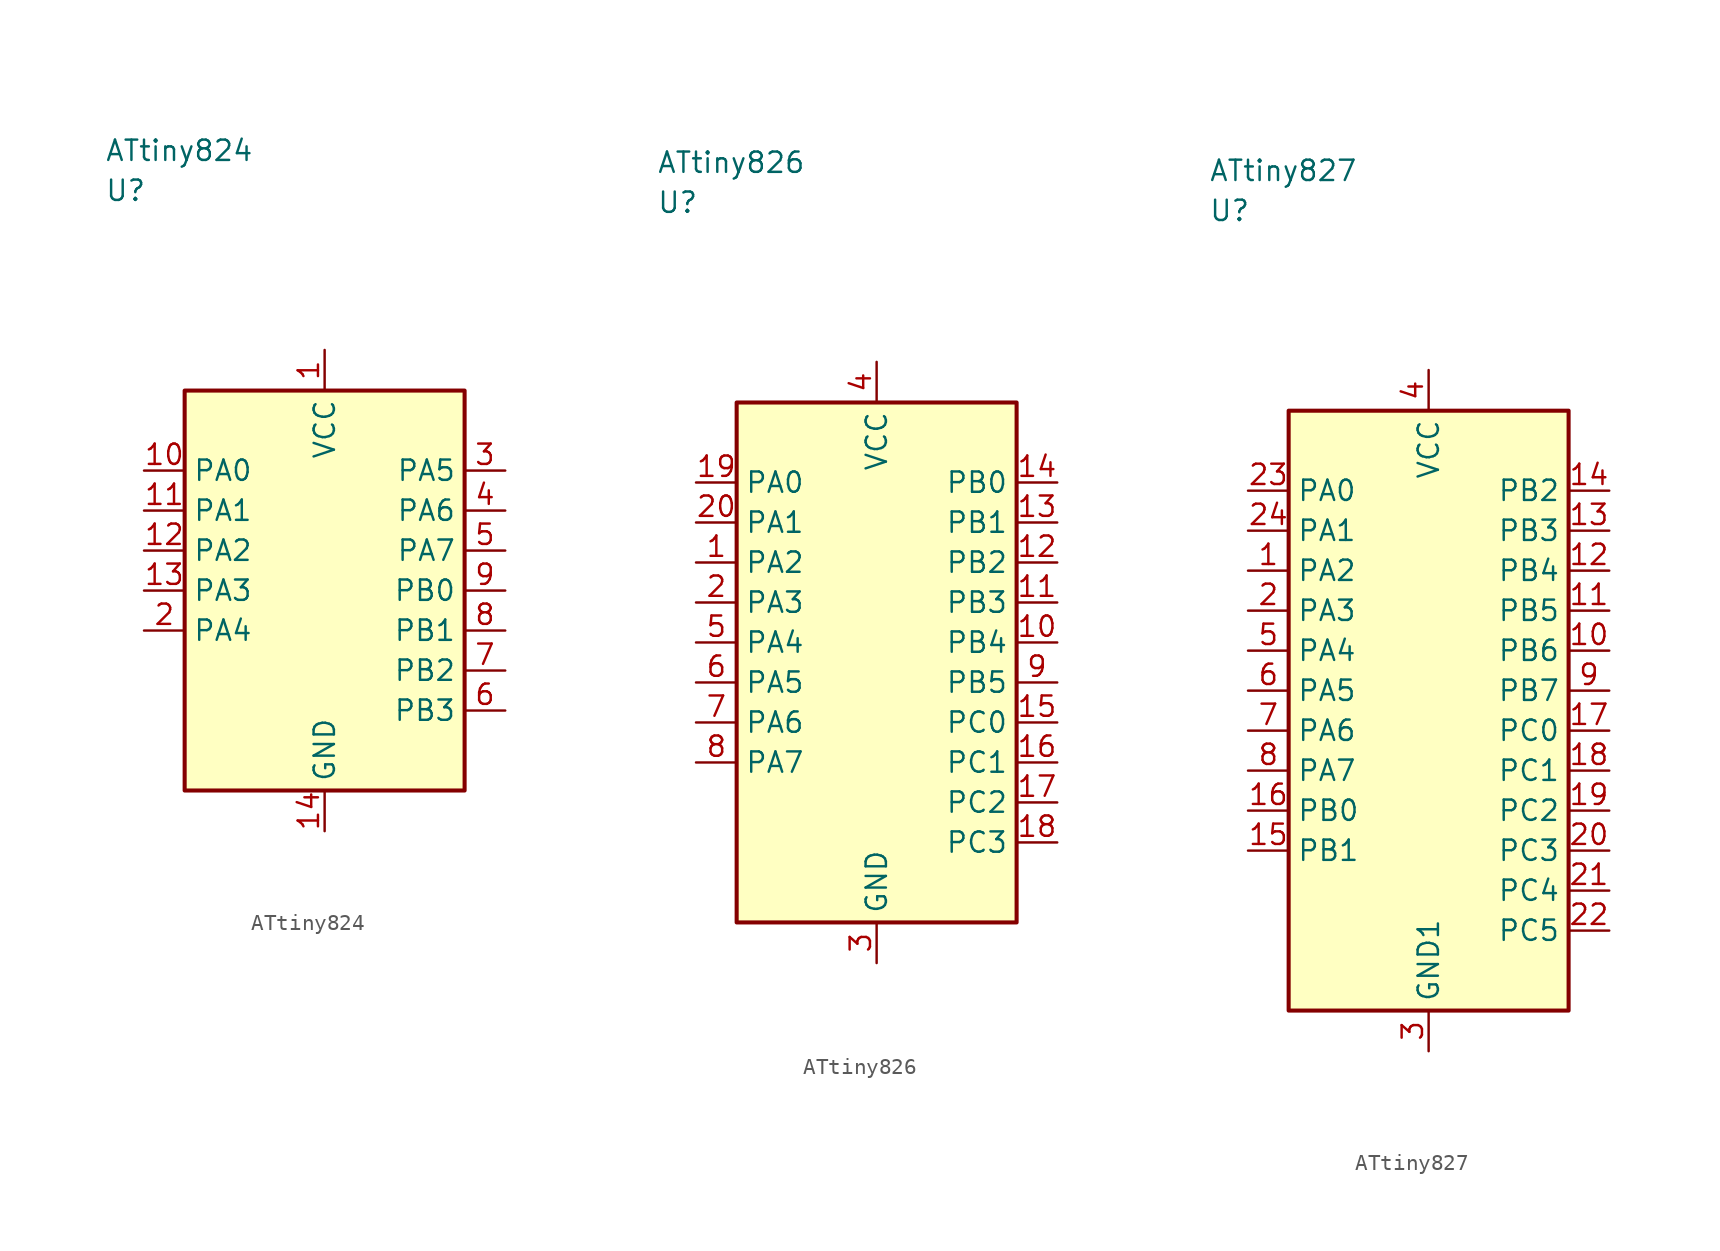
<source format=kicad_sym>
(kicad_symbol_lib
  (version 20241025)
  (generator "kicad_symbol_editor")
  (generator_version "8.0")
  (symbol "ATtiny824"
    (property "Reference" "U"
      (at -13.75 25.0 0)
      (effects (font (size 1.27 1.27)) (justify left)))
    (property "Value" "ATtiny824"
      (at -13.75 27.5 0)
      (effects (font (size 1.27 1.27)) (justify left)))
    (symbol "ATtiny824_0_1"
      (rectangle (start -8.75 12.5) (end 8.75 -12.5) (stroke (width 0.254) (type default)) (fill (type background))))
    (symbol "ATtiny824_1_1"
      (pin power_in line (at 0.0 15.04 270.0) (length 2.54) (name "VCC" (effects (font (size 1.27 1.27)))) (number "1" (effects (font (size 1.27 1.27)))))
      (pin bidirectional line (at -11.29 -2.5 0.0) (length 2.54) (name "PA4" (effects (font (size 1.27 1.27)))) (number "2" (effects (font (size 1.27 1.27)))))
      (pin bidirectional line (at 11.29 7.5 180.0) (length 2.54) (name "PA5" (effects (font (size 1.27 1.27)))) (number "3" (effects (font (size 1.27 1.27)))))
      (pin bidirectional line (at 11.29 5.0 180.0) (length 2.54) (name "PA6" (effects (font (size 1.27 1.27)))) (number "4" (effects (font (size 1.27 1.27)))))
      (pin bidirectional line (at 11.29 2.5 180.0) (length 2.54) (name "PA7" (effects (font (size 1.27 1.27)))) (number "5" (effects (font (size 1.27 1.27)))))
      (pin bidirectional line (at 11.29 -7.5 180.0) (length 2.54) (name "PB3" (effects (font (size 1.27 1.27)))) (number "6" (effects (font (size 1.27 1.27)))))
      (pin bidirectional line (at 11.29 -5.0 180.0) (length 2.54) (name "PB2" (effects (font (size 1.27 1.27)))) (number "7" (effects (font (size 1.27 1.27)))))
      (pin bidirectional line (at 11.29 -2.5 180.0) (length 2.54) (name "PB1" (effects (font (size 1.27 1.27)))) (number "8" (effects (font (size 1.27 1.27)))))
      (pin bidirectional line (at 11.29 0.0 180.0) (length 2.54) (name "PB0" (effects (font (size 1.27 1.27)))) (number "9" (effects (font (size 1.27 1.27)))))
      (pin bidirectional line (at -11.29 7.5 0.0) (length 2.54) (name "PA0" (effects (font (size 1.27 1.27)))) (number "10" (effects (font (size 1.27 1.27)))))
      (pin bidirectional line (at -11.29 5.0 0.0) (length 2.54) (name "PA1" (effects (font (size 1.27 1.27)))) (number "11" (effects (font (size 1.27 1.27)))))
      (pin bidirectional line (at -11.29 2.5 0.0) (length 2.54) (name "PA2" (effects (font (size 1.27 1.27)))) (number "12" (effects (font (size 1.27 1.27)))))
      (pin bidirectional line (at -11.29 0.0 0.0) (length 2.54) (name "PA3" (effects (font (size 1.27 1.27)))) (number "13" (effects (font (size 1.27 1.27)))))
      (pin passive line (at 0.0 -15.04 90.0) (length 2.54) (name "GND" (effects (font (size 1.27 1.27)))) (number "14" (effects (font (size 1.27 1.27)))))))
  (symbol "ATtiny826"
    (property "Reference" "U"
      (at -13.75 28.75 0)
      (effects (font (size 1.27 1.27)) (justify left)))
    (property "Value" "ATtiny826"
      (at -13.75 31.25 0)
      (effects (font (size 1.27 1.27)) (justify left)))
    (symbol "ATtiny826_0_1"
      (rectangle (start -8.75 16.25) (end 8.75 -16.25) (stroke (width 0.254) (type default)) (fill (type background))))
    (symbol "ATtiny826_1_1"
      (pin bidirectional line (at -11.29 6.25 0.0) (length 2.54) (name "PA2" (effects (font (size 1.27 1.27)))) (number "1" (effects (font (size 1.27 1.27)))))
      (pin bidirectional line (at -11.29 3.75 0.0) (length 2.54) (name "PA3" (effects (font (size 1.27 1.27)))) (number "2" (effects (font (size 1.27 1.27)))))
      (pin passive line (at 0.0 -18.79 90.0) (length 2.54) (name "GND" (effects (font (size 1.27 1.27)))) (number "3" (effects (font (size 1.27 1.27)))))
      (pin power_in line (at 0.0 18.79 270.0) (length 2.54) (name "VCC" (effects (font (size 1.27 1.27)))) (number "4" (effects (font (size 1.27 1.27)))))
      (pin bidirectional line (at -11.29 1.25 0.0) (length 2.54) (name "PA4" (effects (font (size 1.27 1.27)))) (number "5" (effects (font (size 1.27 1.27)))))
      (pin bidirectional line (at -11.29 -1.25 0.0) (length 2.54) (name "PA5" (effects (font (size 1.27 1.27)))) (number "6" (effects (font (size 1.27 1.27)))))
      (pin bidirectional line (at -11.29 -3.75 0.0) (length 2.54) (name "PA6" (effects (font (size 1.27 1.27)))) (number "7" (effects (font (size 1.27 1.27)))))
      (pin bidirectional line (at -11.29 -6.25 0.0) (length 2.54) (name "PA7" (effects (font (size 1.27 1.27)))) (number "8" (effects (font (size 1.27 1.27)))))
      (pin bidirectional line (at 11.29 -1.25 180.0) (length 2.54) (name "PB5" (effects (font (size 1.27 1.27)))) (number "9" (effects (font (size 1.27 1.27)))))
      (pin bidirectional line (at 11.29 1.25 180.0) (length 2.54) (name "PB4" (effects (font (size 1.27 1.27)))) (number "10" (effects (font (size 1.27 1.27)))))
      (pin bidirectional line (at 11.29 3.75 180.0) (length 2.54) (name "PB3" (effects (font (size 1.27 1.27)))) (number "11" (effects (font (size 1.27 1.27)))))
      (pin bidirectional line (at 11.29 6.25 180.0) (length 2.54) (name "PB2" (effects (font (size 1.27 1.27)))) (number "12" (effects (font (size 1.27 1.27)))))
      (pin bidirectional line (at 11.29 8.75 180.0) (length 2.54) (name "PB1" (effects (font (size 1.27 1.27)))) (number "13" (effects (font (size 1.27 1.27)))))
      (pin bidirectional line (at 11.29 11.25 180.0) (length 2.54) (name "PB0" (effects (font (size 1.27 1.27)))) (number "14" (effects (font (size 1.27 1.27)))))
      (pin bidirectional line (at 11.29 -3.75 180.0) (length 2.54) (name "PC0" (effects (font (size 1.27 1.27)))) (number "15" (effects (font (size 1.27 1.27)))))
      (pin bidirectional line (at 11.29 -6.25 180.0) (length 2.54) (name "PC1" (effects (font (size 1.27 1.27)))) (number "16" (effects (font (size 1.27 1.27)))))
      (pin bidirectional line (at 11.29 -8.75 180.0) (length 2.54) (name "PC2" (effects (font (size 1.27 1.27)))) (number "17" (effects (font (size 1.27 1.27)))))
      (pin bidirectional line (at 11.29 -11.25 180.0) (length 2.54) (name "PC3" (effects (font (size 1.27 1.27)))) (number "18" (effects (font (size 1.27 1.27)))))
      (pin bidirectional line (at -11.29 11.25 0.0) (length 2.54) (name "PA0" (effects (font (size 1.27 1.27)))) (number "19" (effects (font (size 1.27 1.27)))))
      (pin bidirectional line (at -11.29 8.75 0.0) (length 2.54) (name "PA1" (effects (font (size 1.27 1.27)))) (number "20" (effects (font (size 1.27 1.27)))))))
  (symbol "ATtiny827"
    (property "Reference" "U"
      (at -13.75 31.25 0)
      (effects (font (size 1.27 1.27)) (justify left)))
    (property "Value" "ATtiny827"
      (at -13.75 33.75 0)
      (effects (font (size 1.27 1.27)) (justify left)))
    (symbol "ATtiny827_0_1"
      (rectangle (start -8.75 18.75) (end 8.75 -18.75) (stroke (width 0.254) (type default)) (fill (type background))))
    (symbol "ATtiny827_1_1"
      (pin bidirectional line (at -11.29 8.75 0.0) (length 2.54) (name "PA2" (effects (font (size 1.27 1.27)))) (number "1" (effects (font (size 1.27 1.27)))))
      (pin bidirectional line (at -11.29 6.25 0.0) (length 2.54) (name "PA3" (effects (font (size 1.27 1.27)))) (number "2" (effects (font (size 1.27 1.27)))))
      (pin passive line (at 0.0 -21.29 90.0) (length 2.54) (name "GND1" (effects (font (size 1.27 1.27)))) (number "3" (effects (font (size 1.27 1.27)))))
      (pin power_in line (at 0.0 21.29 270.0) (length 2.54) (name "VCC" (effects (font (size 1.27 1.27)))) (number "4" (effects (font (size 1.27 1.27)))))
      (pin bidirectional line (at -11.29 3.75 0.0) (length 2.54) (name "PA4" (effects (font (size 1.27 1.27)))) (number "5" (effects (font (size 1.27 1.27)))))
      (pin bidirectional line (at -11.29 1.25 0.0) (length 2.54) (name "PA5" (effects (font (size 1.27 1.27)))) (number "6" (effects (font (size 1.27 1.27)))))
      (pin bidirectional line (at -11.29 -1.25 0.0) (length 2.54) (name "PA6" (effects (font (size 1.27 1.27)))) (number "7" (effects (font (size 1.27 1.27)))))
      (pin bidirectional line (at -11.29 -3.75 0.0) (length 2.54) (name "PA7" (effects (font (size 1.27 1.27)))) (number "8" (effects (font (size 1.27 1.27)))))
      (pin bidirectional line (at 11.29 1.25 180.0) (length 2.54) (name "PB7" (effects (font (size 1.27 1.27)))) (number "9" (effects (font (size 1.27 1.27)))))
      (pin bidirectional line (at 11.29 3.75 180.0) (length 2.54) (name "PB6" (effects (font (size 1.27 1.27)))) (number "10" (effects (font (size 1.27 1.27)))))
      (pin bidirectional line (at 11.29 6.25 180.0) (length 2.54) (name "PB5" (effects (font (size 1.27 1.27)))) (number "11" (effects (font (size 1.27 1.27)))))
      (pin bidirectional line (at 11.29 8.75 180.0) (length 2.54) (name "PB4" (effects (font (size 1.27 1.27)))) (number "12" (effects (font (size 1.27 1.27)))))
      (pin bidirectional line (at 11.29 11.25 180.0) (length 2.54) (name "PB3" (effects (font (size 1.27 1.27)))) (number "13" (effects (font (size 1.27 1.27)))))
      (pin bidirectional line (at 11.29 13.75 180.0) (length 2.54) (name "PB2" (effects (font (size 1.27 1.27)))) (number "14" (effects (font (size 1.27 1.27)))))
      (pin bidirectional line (at -11.29 -8.75 0.0) (length 2.54) (name "PB1" (effects (font (size 1.27 1.27)))) (number "15" (effects (font (size 1.27 1.27)))))
      (pin bidirectional line (at -11.29 -6.25 0.0) (length 2.54) (name "PB0" (effects (font (size 1.27 1.27)))) (number "16" (effects (font (size 1.27 1.27)))))
      (pin bidirectional line (at 11.29 -1.25 180.0) (length 2.54) (name "PC0" (effects (font (size 1.27 1.27)))) (number "17" (effects (font (size 1.27 1.27)))))
      (pin bidirectional line (at 11.29 -3.75 180.0) (length 2.54) (name "PC1" (effects (font (size 1.27 1.27)))) (number "18" (effects (font (size 1.27 1.27)))))
      (pin bidirectional line (at 11.29 -6.25 180.0) (length 2.54) (name "PC2" (effects (font (size 1.27 1.27)))) (number "19" (effects (font (size 1.27 1.27)))))
      (pin bidirectional line (at 11.29 -8.75 180.0) (length 2.54) (name "PC3" (effects (font (size 1.27 1.27)))) (number "20" (effects (font (size 1.27 1.27)))))
      (pin bidirectional line (at 11.29 -11.25 180.0) (length 2.54) (name "PC4" (effects (font (size 1.27 1.27)))) (number "21" (effects (font (size 1.27 1.27)))))
      (pin bidirectional line (at 11.29 -13.75 180.0) (length 2.54) (name "PC5" (effects (font (size 1.27 1.27)))) (number "22" (effects (font (size 1.27 1.27)))))
      (pin bidirectional line (at -11.29 13.75 0.0) (length 2.54) (name "PA0" (effects (font (size 1.27 1.27)))) (number "23" (effects (font (size 1.27 1.27)))))
      (pin bidirectional line (at -11.29 11.25 0.0) (length 2.54) (name "PA1" (effects (font (size 1.27 1.27)))) (number "24" (effects (font (size 1.27 1.27))))))))
</source>
